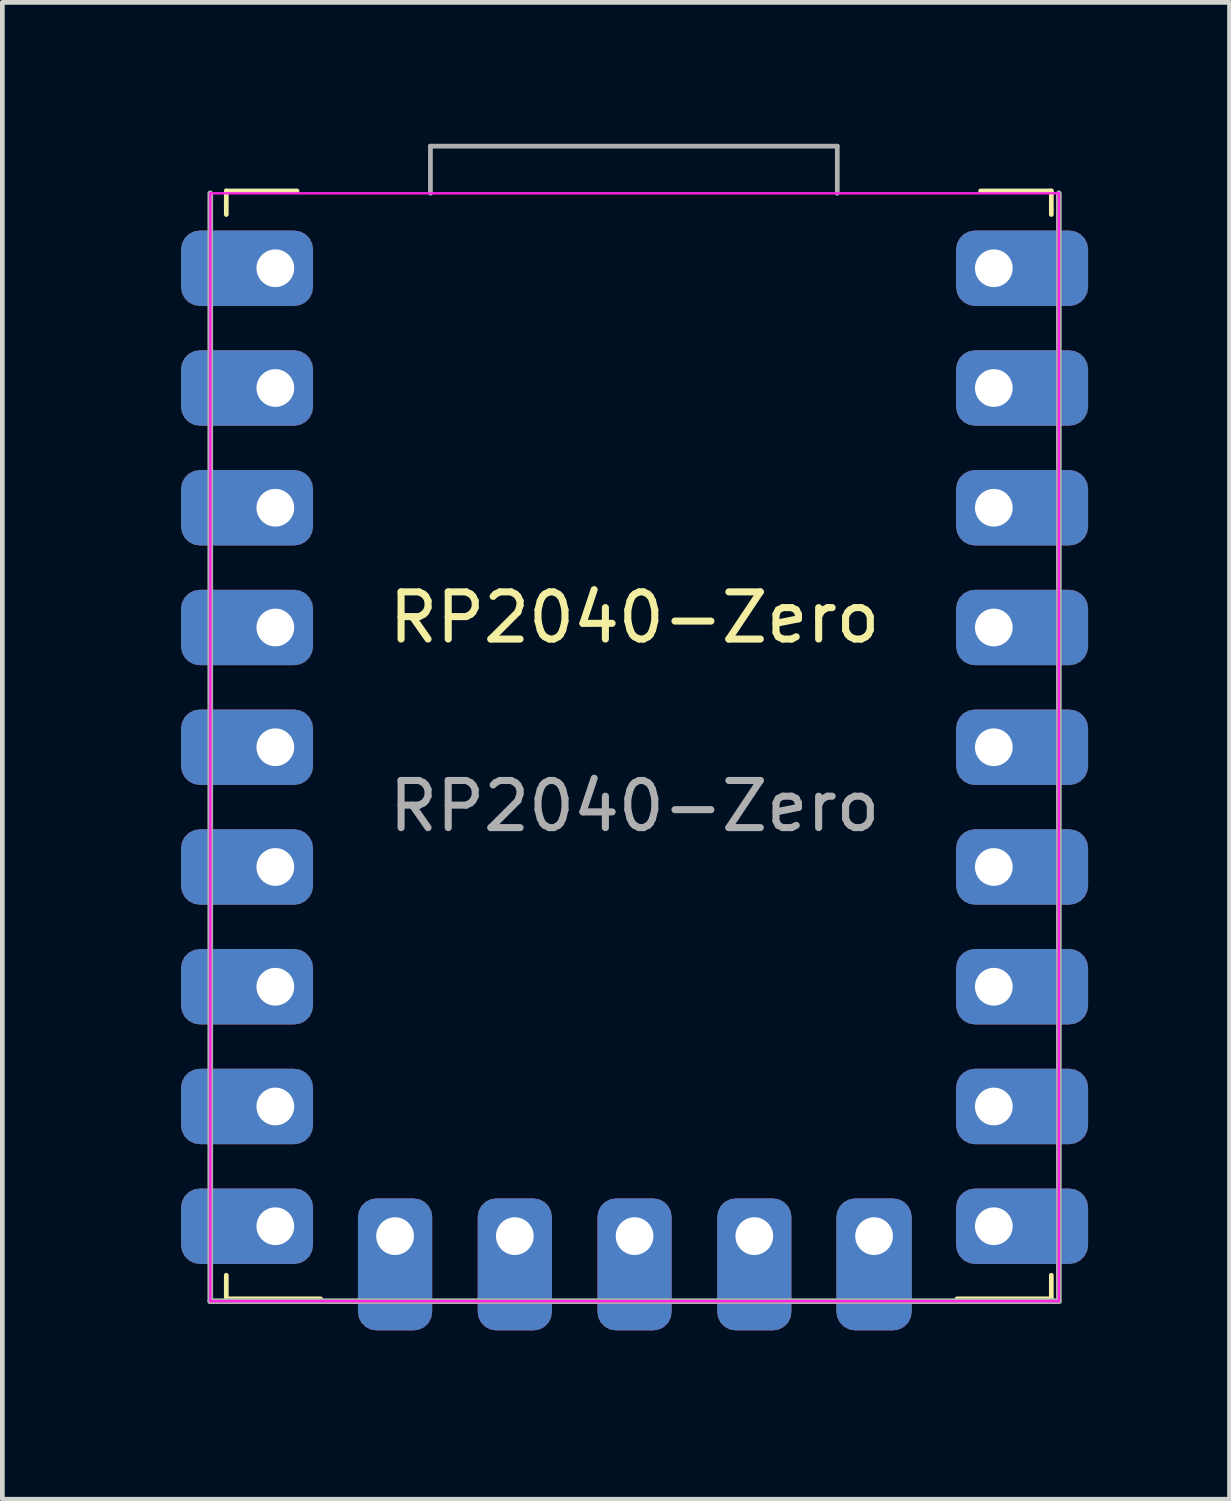
<source format=kicad_pcb>
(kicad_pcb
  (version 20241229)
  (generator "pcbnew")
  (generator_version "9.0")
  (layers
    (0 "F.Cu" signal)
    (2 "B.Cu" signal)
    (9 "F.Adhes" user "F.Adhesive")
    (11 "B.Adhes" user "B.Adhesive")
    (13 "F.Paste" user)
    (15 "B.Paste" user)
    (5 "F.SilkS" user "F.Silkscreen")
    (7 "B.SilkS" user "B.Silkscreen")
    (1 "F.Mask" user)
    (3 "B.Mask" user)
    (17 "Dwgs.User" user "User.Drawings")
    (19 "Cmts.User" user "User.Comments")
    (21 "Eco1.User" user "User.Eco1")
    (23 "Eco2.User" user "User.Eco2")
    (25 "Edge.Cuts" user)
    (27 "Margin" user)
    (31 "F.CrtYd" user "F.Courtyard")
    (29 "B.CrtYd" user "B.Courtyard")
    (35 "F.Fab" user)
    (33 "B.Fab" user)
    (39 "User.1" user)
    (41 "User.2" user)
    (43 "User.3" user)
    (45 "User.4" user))
  (footprint "RP2040-Zero"
    (layer "F.Cu")
    (at 0.25 25.5)
    (property "Reference" "RP2040-Zero" (at 10.16 -15.45 0) (unlocked yes) (layer "F.SilkS") (effects (font (size 1 1) (thickness 0.15))))
    (attr through_hole)
    (fp_line (start 1.5 -24.5) (end 3 -24.5) (stroke (width 0.1) (type default)) (layer "F.SilkS"))
    (fp_line (start 1.5 -24) (end 1.5 -24.5) (stroke (width 0.1) (type default)) (layer "F.SilkS"))
    (fp_line (start 1.5 -1.5) (end 1.5 -1) (stroke (width 0.1) (type default)) (layer "F.SilkS"))
    (fp_line (start 1.5 -1) (end 3.5 -1) (stroke (width 0.1) (type default)) (layer "F.SilkS"))
    (fp_line (start 17 -1) (end 19 -1) (stroke (width 0.1) (type default)) (layer "F.SilkS"))
    (fp_line (start 17.5 -24.5) (end 19 -24.5) (stroke (width 0.1) (type default)) (layer "F.SilkS"))
    (fp_line (start 19 -24.5) (end 19 -24) (stroke (width 0.1) (type default)) (layer "F.SilkS"))
    (fp_line (start 19 -1) (end 19 -1.5) (stroke (width 0.1) (type default)) (layer "F.SilkS"))
    (fp_line (start 1.16 -24.45) (end 19.16 -24.45) (stroke (width 0.05) (type solid)) (layer "F.CrtYd"))
    (fp_line (start 1.16 -0.95) (end 1.16 -24.45) (stroke (width 0.05) (type solid)) (layer "F.CrtYd"))
    (fp_line (start 19.16 -24.45) (end 19.16 -0.95) (stroke (width 0.05) (type solid)) (layer "F.CrtYd"))
    (fp_line (start 19.16 -0.95) (end 1.16 -0.95) (stroke (width 0.05) (type solid)) (layer "F.CrtYd"))
    (fp_line (start 1.16 -24.45) (end 1.16 -0.95) (stroke (width 0.12) (type solid)) (layer "F.Fab"))
    (fp_line (start 1.16 -0.95) (end 19.16 -0.95) (stroke (width 0.12) (type solid)) (layer "F.Fab"))
    (fp_line (start 5.83 -25.45) (end 5.83 -24.45) (stroke (width 0.1) (type solid)) (layer "F.Fab"))
    (fp_line (start 5.83 -25.45) (end 14.46 -25.45) (stroke (width 0.1) (type solid)) (layer "F.Fab"))
    (fp_line (start 14.46 -25.45) (end 14.46 -24.45) (stroke (width 0.1) (type solid)) (layer "F.Fab"))
    (fp_line (start 19.16 -0.95) (end 19.16 -24.45) (stroke (width 0.12) (type solid)) (layer "F.Fab"))
    (fp_text user "${REFERENCE}" (at 10.16 -11.45 0) (unlocked yes) (layer "F.Fab") (effects (font (size 1 1) (thickness 0.15))))
    (pad "1" thru_hole roundrect (at 17.78 -22.86) (size 2.8 1.6) (drill 0.8 (offset 0.6 0)) (layers "*.Cu" "*.Mask") (roundrect_rratio 0.25))
    (pad "2" thru_hole roundrect (at 17.78 -20.32) (size 2.8 1.6) (drill 0.8 (offset 0.6 0)) (layers "*.Cu" "*.Mask") (roundrect_rratio 0.25))
    (pad "3" thru_hole roundrect (at 17.78 -17.78) (size 2.8 1.6) (drill 0.8 (offset 0.6 0)) (layers "*.Cu" "*.Mask") (roundrect_rratio 0.25))
    (pad "4" thru_hole roundrect (at 17.78 -15.24) (size 2.8 1.6) (drill 0.8 (offset 0.6 0)) (layers "*.Cu" "*.Mask") (roundrect_rratio 0.25))
    (pad "5" thru_hole roundrect (at 17.78 -12.7) (size 2.8 1.6) (drill 0.8 (offset 0.6 0)) (layers "*.Cu" "*.Mask") (roundrect_rratio 0.25))
    (pad "6" thru_hole roundrect (at 17.78 -10.16) (size 2.8 1.6) (drill 0.8 (offset 0.6 0)) (layers "*.Cu" "*.Mask") (roundrect_rratio 0.25))
    (pad "7" thru_hole roundrect (at 17.78 -7.62) (size 2.8 1.6) (drill 0.8 (offset 0.6 0)) (layers "*.Cu" "*.Mask") (roundrect_rratio 0.25))
    (pad "8" thru_hole roundrect (at 17.78 -5.08) (size 2.8 1.6) (drill 0.8 (offset 0.6 0)) (layers "*.Cu" "*.Mask") (roundrect_rratio 0.25))
    (pad "9" thru_hole roundrect (at 17.78 -2.54) (size 2.8 1.6) (drill 0.8 (offset 0.6 0)) (layers "*.Cu" "*.Mask") (roundrect_rratio 0.25))
    (pad "10" thru_hole roundrect (at 15.24 -2.33) (size 1.6 2.8) (drill 0.8 (offset 0 0.6)) (layers "*.Cu" "*.Mask") (roundrect_rratio 0.25))
    (pad "11" thru_hole roundrect (at 12.7 -2.33) (size 1.575 2.8) (drill 0.8 (offset 0 0.6)) (layers "*.Cu" "*.Mask") (roundrect_rratio 0.25))
    (pad "12" thru_hole roundrect (at 10.16 -2.33) (size 1.575 2.8) (drill 0.8 (offset 0 0.6)) (layers "*.Cu" "*.Mask") (roundrect_rratio 0.25))
    (pad "13" thru_hole roundrect (at 7.62 -2.33) (size 1.575 2.8) (drill 0.8 (offset 0 0.6)) (layers "*.Cu" "*.Mask") (roundrect_rratio 0.25))
    (pad "14" thru_hole roundrect (at 5.08 -2.33) (size 1.575 2.8) (drill 0.8 (offset 0 0.6)) (layers "*.Cu" "*.Mask") (roundrect_rratio 0.25))
    (pad "15" thru_hole roundrect (at 2.54 -2.54) (size 2.8 1.6) (drill 0.8 (offset -0.6 0)) (layers "*.Cu" "*.Mask") (roundrect_rratio 0.25))
    (pad "16" thru_hole roundrect (at 2.54 -5.08) (size 2.8 1.6) (drill 0.8 (offset -0.6 0)) (layers "*.Cu" "*.Mask") (roundrect_rratio 0.25))
    (pad "17" thru_hole roundrect (at 2.54 -7.62) (size 2.8 1.6) (drill 0.8 (offset -0.6 0)) (layers "*.Cu" "*.Mask") (roundrect_rratio 0.25))
    (pad "18" thru_hole roundrect (at 2.54 -10.16) (size 2.8 1.6) (drill 0.8 (offset -0.6 0)) (layers "*.Cu" "*.Mask") (roundrect_rratio 0.25))
    (pad "19" thru_hole roundrect (at 2.54 -12.7) (size 2.8 1.6) (drill 0.8 (offset -0.6 0)) (layers "*.Cu" "*.Mask") (roundrect_rratio 0.25))
    (pad "20" thru_hole roundrect (at 2.54 -15.24) (size 2.8 1.6) (drill 0.8 (offset -0.6 0)) (layers "*.Cu" "*.Mask") (roundrect_rratio 0.25))
    (pad "21" thru_hole roundrect (at 2.54 -17.78) (size 2.8 1.6) (drill 0.8 (offset -0.6 0)) (layers "*.Cu" "*.Mask") (roundrect_rratio 0.25))
    (pad "22" thru_hole roundrect (at 2.54 -20.32) (size 2.8 1.6) (drill 0.8 (offset -0.6 0)) (layers "*.Cu" "*.Mask") (roundrect_rratio 0.25))
    (pad "23" thru_hole roundrect (at 2.54 -22.86) (size 2.8 1.6) (drill 0.8 (offset -0.6 0)) (layers "*.Cu" "*.Mask") (roundrect_rratio 0.25)))
  (gr_rect
    (start -3 -3)
    (end 23.03 28.75)
    (stroke (width 0.1) (type default))
    (fill no)
    (layer "Edge.Cuts")))
</source>
